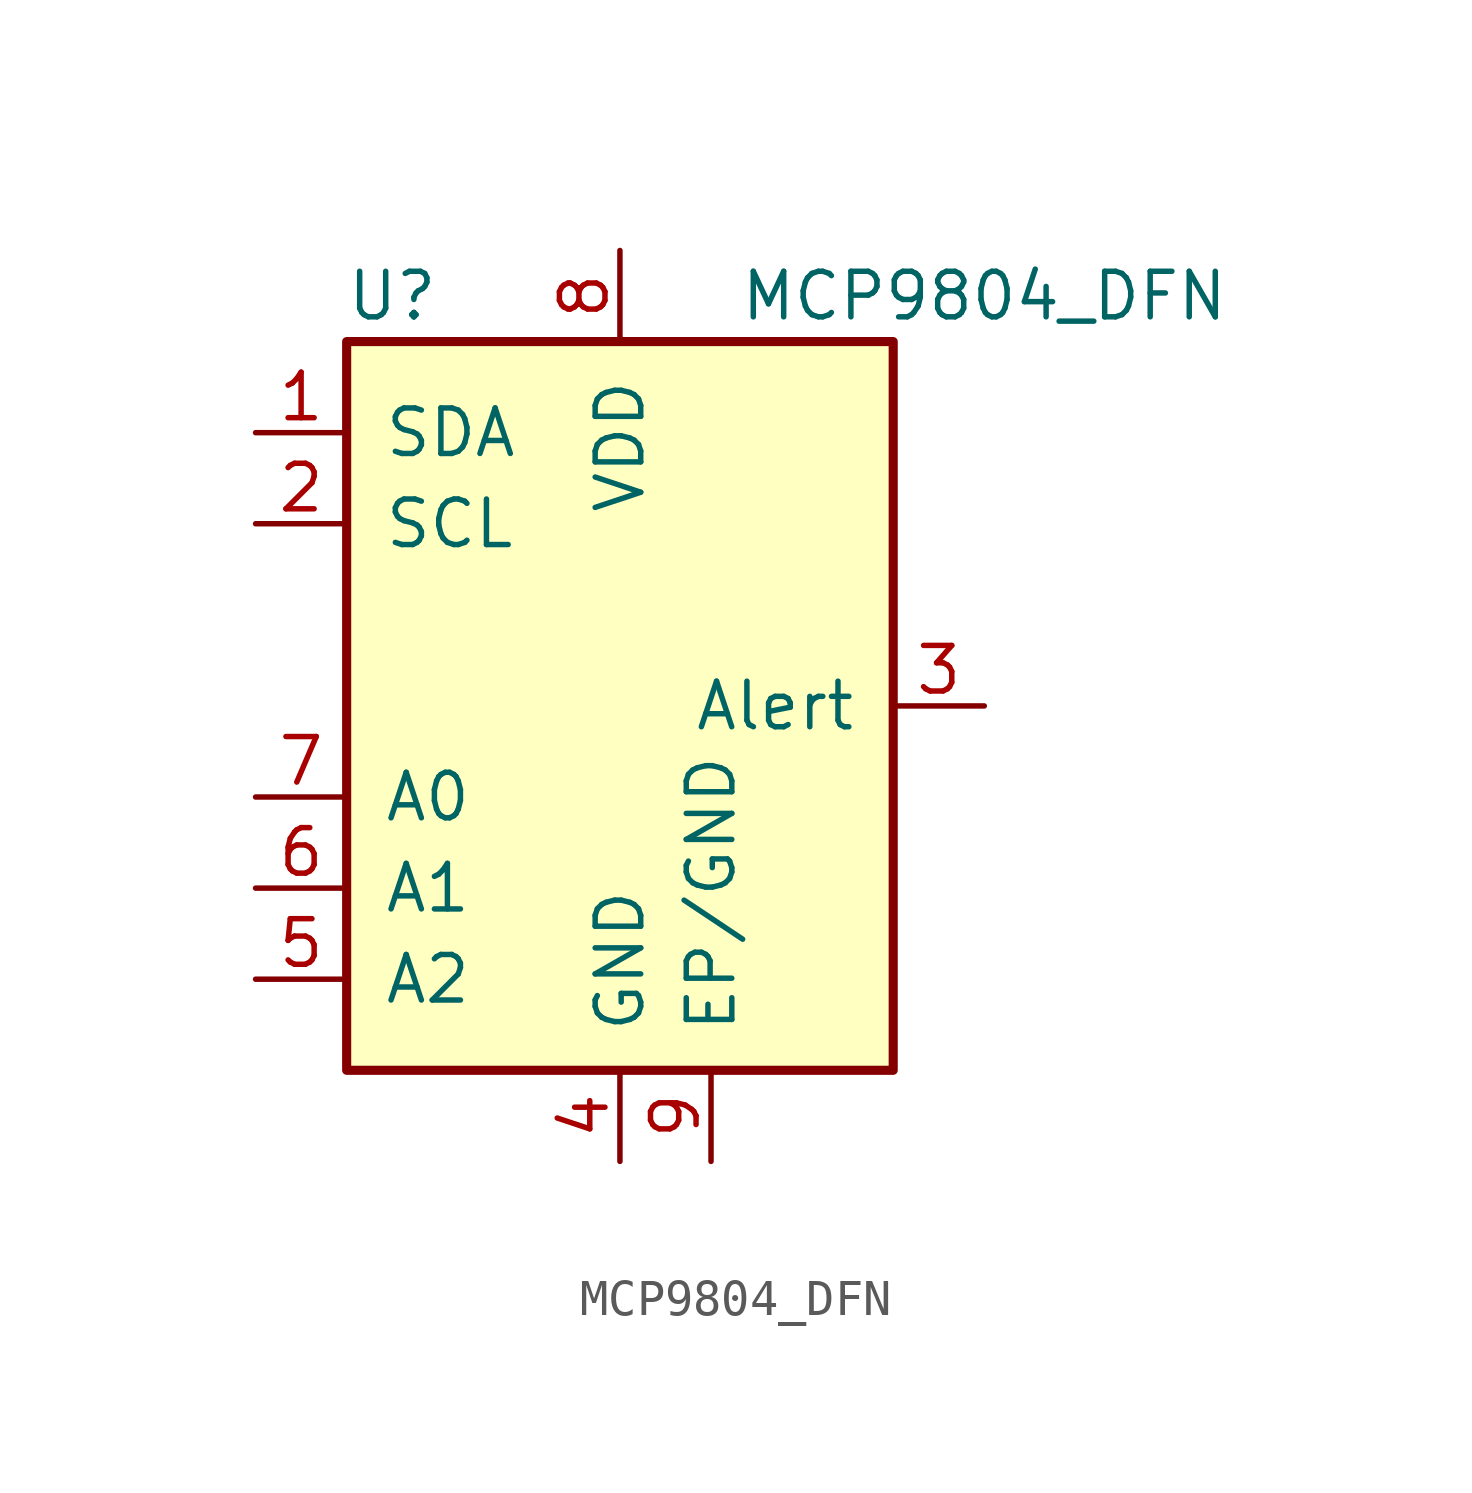
<source format=kicad_sym>
(kicad_symbol_lib
  (version 20211014)
  (generator kicad_symbol_editor)
  (symbol "MCP9804_DFN"
    (pin_names
      (offset 1.016))
    (property "Reference" "U"
      (at -6.35 11.43 0)
      (effects (font (size 1.27 1.27))))
    (property "Value" "MCP9804_DFN"
      (at 10.16 11.43 0)
      (effects (font (size 1.27 1.27))))
    (symbol "MCP9804_DFN_0_1"
      (rectangle (start -7.62 10.16) (end 7.62 -10.16) (stroke (width 0.254) (type default) (color 0 0 0 0)) (fill (type background))))
    (symbol "MCP9804_DFN_1_1"
      (pin bidirectional line (at -10.16 7.62 0) (length 2.54) (name "SDA" (effects (font (size 1.27 1.27)))) (number "1" (effects (font (size 1.27 1.27)))))
      (pin input line (at -10.16 5.08 0) (length 2.54) (name "SCL" (effects (font (size 1.27 1.27)))) (number "2" (effects (font (size 1.27 1.27)))))
      (pin output line (at 10.16 0 180) (length 2.54) (name "Alert" (effects (font (size 1.27 1.27)))) (number "3" (effects (font (size 1.27 1.27)))))
      (pin power_in line (at 0 -12.7 90) (length 2.54) (name "GND" (effects (font (size 1.27 1.27)))) (number "4" (effects (font (size 1.27 1.27)))))
      (pin input line (at -10.16 -7.62 0) (length 2.54) (name "A2" (effects (font (size 1.27 1.27)))) (number "5" (effects (font (size 1.27 1.27)))))
      (pin input line (at -10.16 -5.08 0) (length 2.54) (name "A1" (effects (font (size 1.27 1.27)))) (number "6" (effects (font (size 1.27 1.27)))))
      (pin input line (at -10.16 -2.54 0) (length 2.54) (name "A0" (effects (font (size 1.27 1.27)))) (number "7" (effects (font (size 1.27 1.27)))))
      (pin power_in line (at 0 12.7 270) (length 2.54) (name "VDD" (effects (font (size 1.27 1.27)))) (number "8" (effects (font (size 1.27 1.27)))))
      (pin power_in line (at 2.54 -12.7 90) (length 2.54) (name "EP/GND" (effects (font (size 1.27 1.27)))) (number "9" (effects (font (size 1.27 1.27))))))))
</source>
